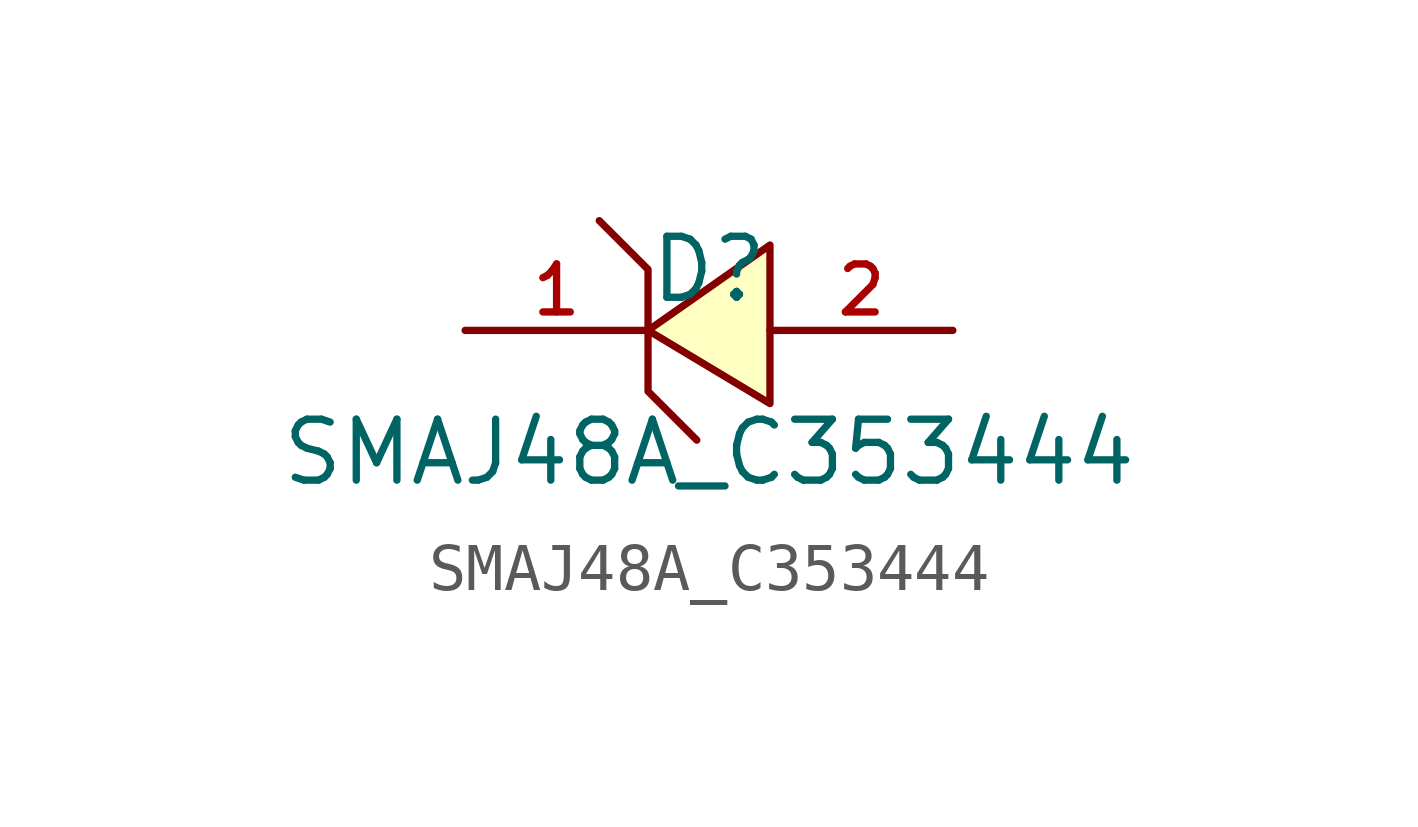
<source format=kicad_sym>
(kicad_symbol_lib
  (version 20210201)
  (generator TousstNicolas/JLC2KiCad_lib)
  (symbol "SMAJ48A_C353444"
    (pin_names hide)
    (property "Reference" "D"
      (at 0 1.27 0)
      (effects (font (size 1.27 1.27))))
    (property "Value" "SMAJ48A_C353444"
      (at 0 -2.54 0)
      (effects (font (size 1.27 1.27))))
    (symbol "SMAJ48A_C353444_0_1"
      (pin unspecified line (at 5.08 -0.0 180) (length 3.81) (name "A" (effects (font (size 1 1)))) (number "2" (effects (font (size 1 1)))))
      (pin unspecified line (at -5.08 -0.0 0) (length 3.81) (name "C" (effects (font (size 1 1)))) (number "1" (effects (font (size 1 1)))))
      (polyline (pts (xy -2.286 2.286) (xy -1.27 1.27) (xy -1.27 -1.27) (xy -0.254 -2.286)) (stroke (width 0) (type default) (color 0 0 0 0)) (fill (type none)))
      (polyline (pts (xy 1.27 -1.524) (xy -1.27 -0.0) (xy 1.27 1.778) (xy 1.27 -1.524)) (stroke (width 0) (type default) (color 0 0 0 0)) (fill (type background))))))
</source>
